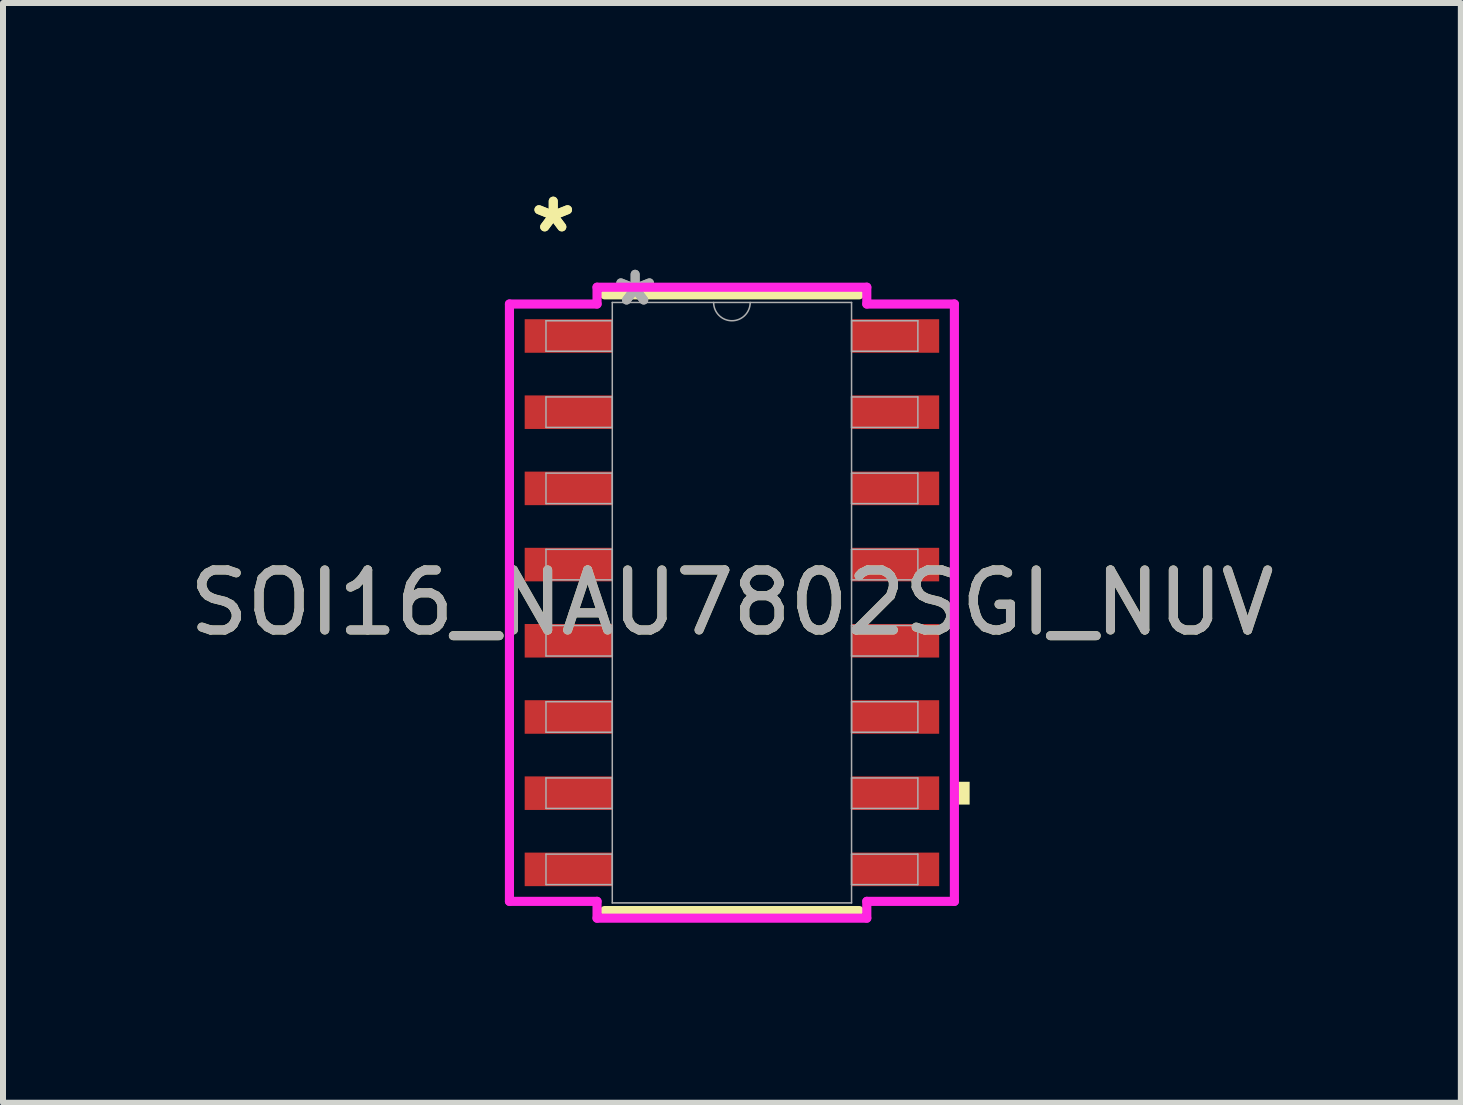
<source format=kicad_pcb>
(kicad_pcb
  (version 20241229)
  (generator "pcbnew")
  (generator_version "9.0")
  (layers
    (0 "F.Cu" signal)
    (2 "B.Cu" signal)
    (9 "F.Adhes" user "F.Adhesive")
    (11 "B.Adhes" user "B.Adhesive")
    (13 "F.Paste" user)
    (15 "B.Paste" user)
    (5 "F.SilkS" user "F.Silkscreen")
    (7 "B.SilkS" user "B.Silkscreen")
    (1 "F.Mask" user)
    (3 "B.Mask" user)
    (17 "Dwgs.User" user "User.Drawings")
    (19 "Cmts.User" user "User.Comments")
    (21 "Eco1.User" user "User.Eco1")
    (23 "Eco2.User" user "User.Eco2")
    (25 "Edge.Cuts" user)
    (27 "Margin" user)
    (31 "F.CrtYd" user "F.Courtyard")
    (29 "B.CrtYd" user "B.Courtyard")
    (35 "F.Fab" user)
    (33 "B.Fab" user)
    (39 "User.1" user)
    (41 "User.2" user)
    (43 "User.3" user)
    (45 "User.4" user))
  (footprint "SOI16_NAU7802SGI_NUV"
    (layer "F.Cu")
    (at 9.149 6.995)
    (property "Reference" "SOI16_NAU7802SGI_NUV" (at 0 0 0) (unlocked yes) (layer "F.SilkS") (effects (font (size 1 1) (thickness 0.15))))
    (attr smd)
    (fp_line (start -2.121 5.131) (end 2.121 5.131) (stroke (width 0.152) (type solid)) (layer "F.SilkS"))
    (fp_line (start 2.121 -5.131) (end -2.121 -5.131) (stroke (width 0.152) (type solid)) (layer "F.SilkS"))
    (fp_poly (pts (xy 3.962 2.985) (xy 3.962 3.365) (xy 3.708 3.365) (xy 3.708 2.985)) (stroke (width 0) (type solid)) (fill yes) (layer "F.SilkS"))
    (fp_line (start -3.708 -4.978) (end -2.248 -4.978) (stroke (width 0.152) (type solid)) (layer "F.CrtYd"))
    (fp_line (start -3.708 4.978) (end -3.708 -4.978) (stroke (width 0.152) (type solid)) (layer "F.CrtYd"))
    (fp_line (start -3.708 4.978) (end -2.248 4.978) (stroke (width 0.152) (type solid)) (layer "F.CrtYd"))
    (fp_line (start -2.248 -5.258) (end 2.248 -5.258) (stroke (width 0.152) (type solid)) (layer "F.CrtYd"))
    (fp_line (start -2.248 -4.978) (end -2.248 -5.258) (stroke (width 0.152) (type solid)) (layer "F.CrtYd"))
    (fp_line (start -2.248 5.258) (end -2.248 4.978) (stroke (width 0.152) (type solid)) (layer "F.CrtYd"))
    (fp_line (start 2.248 -5.258) (end 2.248 -4.978) (stroke (width 0.152) (type solid)) (layer "F.CrtYd"))
    (fp_line (start 2.248 4.978) (end 2.248 5.258) (stroke (width 0.152) (type solid)) (layer "F.CrtYd"))
    (fp_line (start 2.248 5.258) (end -2.248 5.258) (stroke (width 0.152) (type solid)) (layer "F.CrtYd"))
    (fp_line (start 3.708 -4.978) (end 2.248 -4.978) (stroke (width 0.152) (type solid)) (layer "F.CrtYd"))
    (fp_line (start 3.708 -4.978) (end 3.708 4.978) (stroke (width 0.152) (type solid)) (layer "F.CrtYd"))
    (fp_line (start 3.708 4.978) (end 2.248 4.978) (stroke (width 0.152) (type solid)) (layer "F.CrtYd"))
    (fp_line (start -3.099 -4.699) (end -3.099 -4.191) (stroke (width 0.025) (type solid)) (layer "F.Fab"))
    (fp_line (start -3.099 -4.191) (end -1.994 -4.191) (stroke (width 0.025) (type solid)) (layer "F.Fab"))
    (fp_line (start -3.099 -3.429) (end -3.099 -2.921) (stroke (width 0.025) (type solid)) (layer "F.Fab"))
    (fp_line (start -3.099 -2.921) (end -1.994 -2.921) (stroke (width 0.025) (type solid)) (layer "F.Fab"))
    (fp_line (start -3.099 -2.159) (end -3.099 -1.651) (stroke (width 0.025) (type solid)) (layer "F.Fab"))
    (fp_line (start -3.099 -1.651) (end -1.994 -1.651) (stroke (width 0.025) (type solid)) (layer "F.Fab"))
    (fp_line (start -3.099 -0.889) (end -3.099 -0.381) (stroke (width 0.025) (type solid)) (layer "F.Fab"))
    (fp_line (start -3.099 -0.381) (end -1.994 -0.381) (stroke (width 0.025) (type solid)) (layer "F.Fab"))
    (fp_line (start -3.099 0.381) (end -3.099 0.889) (stroke (width 0.025) (type solid)) (layer "F.Fab"))
    (fp_line (start -3.099 0.889) (end -1.994 0.889) (stroke (width 0.025) (type solid)) (layer "F.Fab"))
    (fp_line (start -3.099 1.651) (end -3.099 2.159) (stroke (width 0.025) (type solid)) (layer "F.Fab"))
    (fp_line (start -3.099 2.159) (end -1.994 2.159) (stroke (width 0.025) (type solid)) (layer "F.Fab"))
    (fp_line (start -3.099 2.921) (end -3.099 3.429) (stroke (width 0.025) (type solid)) (layer "F.Fab"))
    (fp_line (start -3.099 3.429) (end -1.994 3.429) (stroke (width 0.025) (type solid)) (layer "F.Fab"))
    (fp_line (start -3.099 4.191) (end -3.099 4.699) (stroke (width 0.025) (type solid)) (layer "F.Fab"))
    (fp_line (start -3.099 4.699) (end -1.994 4.699) (stroke (width 0.025) (type solid)) (layer "F.Fab"))
    (fp_line (start -1.994 -5.004) (end -1.994 5.004) (stroke (width 0.025) (type solid)) (layer "F.Fab"))
    (fp_line (start -1.994 -4.699) (end -3.099 -4.699) (stroke (width 0.025) (type solid)) (layer "F.Fab"))
    (fp_line (start -1.994 -4.191) (end -1.994 -4.699) (stroke (width 0.025) (type solid)) (layer "F.Fab"))
    (fp_line (start -1.994 -3.429) (end -3.099 -3.429) (stroke (width 0.025) (type solid)) (layer "F.Fab"))
    (fp_line (start -1.994 -2.921) (end -1.994 -3.429) (stroke (width 0.025) (type solid)) (layer "F.Fab"))
    (fp_line (start -1.994 -2.159) (end -3.099 -2.159) (stroke (width 0.025) (type solid)) (layer "F.Fab"))
    (fp_line (start -1.994 -1.651) (end -1.994 -2.159) (stroke (width 0.025) (type solid)) (layer "F.Fab"))
    (fp_line (start -1.994 -0.889) (end -3.099 -0.889) (stroke (width 0.025) (type solid)) (layer "F.Fab"))
    (fp_line (start -1.994 -0.381) (end -1.994 -0.889) (stroke (width 0.025) (type solid)) (layer "F.Fab"))
    (fp_line (start -1.994 0.381) (end -3.099 0.381) (stroke (width 0.025) (type solid)) (layer "F.Fab"))
    (fp_line (start -1.994 0.889) (end -1.994 0.381) (stroke (width 0.025) (type solid)) (layer "F.Fab"))
    (fp_line (start -1.994 1.651) (end -3.099 1.651) (stroke (width 0.025) (type solid)) (layer "F.Fab"))
    (fp_line (start -1.994 2.159) (end -1.994 1.651) (stroke (width 0.025) (type solid)) (layer "F.Fab"))
    (fp_line (start -1.994 2.921) (end -3.099 2.921) (stroke (width 0.025) (type solid)) (layer "F.Fab"))
    (fp_line (start -1.994 3.429) (end -1.994 2.921) (stroke (width 0.025) (type solid)) (layer "F.Fab"))
    (fp_line (start -1.994 4.191) (end -3.099 4.191) (stroke (width 0.025) (type solid)) (layer "F.Fab"))
    (fp_line (start -1.994 4.699) (end -1.994 4.191) (stroke (width 0.025) (type solid)) (layer "F.Fab"))
    (fp_line (start -1.994 5.004) (end 1.994 5.004) (stroke (width 0.025) (type solid)) (layer "F.Fab"))
    (fp_line (start 1.994 -5.004) (end -1.994 -5.004) (stroke (width 0.025) (type solid)) (layer "F.Fab"))
    (fp_line (start 1.994 -4.699) (end 1.994 -4.191) (stroke (width 0.025) (type solid)) (layer "F.Fab"))
    (fp_line (start 1.994 -4.191) (end 3.099 -4.191) (stroke (width 0.025) (type solid)) (layer "F.Fab"))
    (fp_line (start 1.994 -3.429) (end 1.994 -2.921) (stroke (width 0.025) (type solid)) (layer "F.Fab"))
    (fp_line (start 1.994 -2.921) (end 3.099 -2.921) (stroke (width 0.025) (type solid)) (layer "F.Fab"))
    (fp_line (start 1.994 -2.159) (end 1.994 -1.651) (stroke (width 0.025) (type solid)) (layer "F.Fab"))
    (fp_line (start 1.994 -1.651) (end 3.099 -1.651) (stroke (width 0.025) (type solid)) (layer "F.Fab"))
    (fp_line (start 1.994 -0.889) (end 1.994 -0.381) (stroke (width 0.025) (type solid)) (layer "F.Fab"))
    (fp_line (start 1.994 -0.381) (end 3.099 -0.381) (stroke (width 0.025) (type solid)) (layer "F.Fab"))
    (fp_line (start 1.994 0.381) (end 1.994 0.889) (stroke (width 0.025) (type solid)) (layer "F.Fab"))
    (fp_line (start 1.994 0.889) (end 3.099 0.889) (stroke (width 0.025) (type solid)) (layer "F.Fab"))
    (fp_line (start 1.994 1.651) (end 1.994 2.159) (stroke (width 0.025) (type solid)) (layer "F.Fab"))
    (fp_line (start 1.994 2.159) (end 3.099 2.159) (stroke (width 0.025) (type solid)) (layer "F.Fab"))
    (fp_line (start 1.994 2.921) (end 1.994 3.429) (stroke (width 0.025) (type solid)) (layer "F.Fab"))
    (fp_line (start 1.994 3.429) (end 3.099 3.429) (stroke (width 0.025) (type solid)) (layer "F.Fab"))
    (fp_line (start 1.994 4.191) (end 1.994 4.699) (stroke (width 0.025) (type solid)) (layer "F.Fab"))
    (fp_line (start 1.994 4.699) (end 3.099 4.699) (stroke (width 0.025) (type solid)) (layer "F.Fab"))
    (fp_line (start 1.994 5.004) (end 1.994 -5.004) (stroke (width 0.025) (type solid)) (layer "F.Fab"))
    (fp_line (start 3.099 -4.699) (end 1.994 -4.699) (stroke (width 0.025) (type solid)) (layer "F.Fab"))
    (fp_line (start 3.099 -4.191) (end 3.099 -4.699) (stroke (width 0.025) (type solid)) (layer "F.Fab"))
    (fp_line (start 3.099 -3.429) (end 1.994 -3.429) (stroke (width 0.025) (type solid)) (layer "F.Fab"))
    (fp_line (start 3.099 -2.921) (end 3.099 -3.429) (stroke (width 0.025) (type solid)) (layer "F.Fab"))
    (fp_line (start 3.099 -2.159) (end 1.994 -2.159) (stroke (width 0.025) (type solid)) (layer "F.Fab"))
    (fp_line (start 3.099 -1.651) (end 3.099 -2.159) (stroke (width 0.025) (type solid)) (layer "F.Fab"))
    (fp_line (start 3.099 -0.889) (end 1.994 -0.889) (stroke (width 0.025) (type solid)) (layer "F.Fab"))
    (fp_line (start 3.099 -0.381) (end 3.099 -0.889) (stroke (width 0.025) (type solid)) (layer "F.Fab"))
    (fp_line (start 3.099 0.381) (end 1.994 0.381) (stroke (width 0.025) (type solid)) (layer "F.Fab"))
    (fp_line (start 3.099 0.889) (end 3.099 0.381) (stroke (width 0.025) (type solid)) (layer "F.Fab"))
    (fp_line (start 3.099 1.651) (end 1.994 1.651) (stroke (width 0.025) (type solid)) (layer "F.Fab"))
    (fp_line (start 3.099 2.159) (end 3.099 1.651) (stroke (width 0.025) (type solid)) (layer "F.Fab"))
    (fp_line (start 3.099 2.921) (end 1.994 2.921) (stroke (width 0.025) (type solid)) (layer "F.Fab"))
    (fp_line (start 3.099 3.429) (end 3.099 2.921) (stroke (width 0.025) (type solid)) (layer "F.Fab"))
    (fp_line (start 3.099 4.191) (end 1.994 4.191) (stroke (width 0.025) (type solid)) (layer "F.Fab"))
    (fp_line (start 3.099 4.699) (end 3.099 4.191) (stroke (width 0.025) (type solid)) (layer "F.Fab"))
    (fp_arc (start 0.3048 -5.0038) (mid 0 -4.699) (end -0.3048 -5.0038) (stroke (width 0.0254) (type solid)) (layer "F.Fab"))
    (fp_text user "*" (at -2.978 -6.147 0) (unlocked yes) (layer "F.SilkS") (effects (font (size 1 1) (thickness 0.15))))
    (fp_text user "*" (at -2.978 -6.147 0) (layer "F.SilkS") (effects (font (size 1 1) (thickness 0.15))))
    (fp_text user "*" (at -1.613 -4.928 0) (unlocked yes) (layer "F.Fab") (effects (font (size 1 1) (thickness 0.15))))
    (fp_text user "*" (at -1.613 -4.928 0) (layer "F.Fab") (effects (font (size 1 1) (thickness 0.15))))
    (fp_text user "${REFERENCE}" (at 0 0 0) (unlocked yes) (layer "F.Fab") (effects (font (size 1 1) (thickness 0.15))))
    (pad "1" smd rect (at -2.724 -4.445) (size 1.46 0.559) (layers "F.Cu" "F.Mask" "F.Paste"))
    (pad "2" smd rect (at -2.724 -3.175) (size 1.46 0.559) (layers "F.Cu" "F.Mask" "F.Paste"))
    (pad "3" smd rect (at -2.724 -1.905) (size 1.46 0.559) (layers "F.Cu" "F.Mask" "F.Paste"))
    (pad "4" smd rect (at -2.724 -0.635) (size 1.46 0.559) (layers "F.Cu" "F.Mask" "F.Paste"))
    (pad "5" smd rect (at -2.724 0.635) (size 1.46 0.559) (layers "F.Cu" "F.Mask" "F.Paste"))
    (pad "6" smd rect (at -2.724 1.905) (size 1.46 0.559) (layers "F.Cu" "F.Mask" "F.Paste"))
    (pad "7" smd rect (at -2.724 3.175) (size 1.46 0.559) (layers "F.Cu" "F.Mask" "F.Paste"))
    (pad "8" smd rect (at -2.724 4.445) (size 1.46 0.559) (layers "F.Cu" "F.Mask" "F.Paste"))
    (pad "9" smd rect (at 2.724 4.445) (size 1.46 0.559) (layers "F.Cu" "F.Mask" "F.Paste"))
    (pad "10" smd rect (at 2.724 3.175) (size 1.46 0.559) (layers "F.Cu" "F.Mask" "F.Paste"))
    (pad "11" smd rect (at 2.724 1.905) (size 1.46 0.559) (layers "F.Cu" "F.Mask" "F.Paste"))
    (pad "12" smd rect (at 2.724 0.635) (size 1.46 0.559) (layers "F.Cu" "F.Mask" "F.Paste"))
    (pad "13" smd rect (at 2.724 -0.635) (size 1.46 0.559) (layers "F.Cu" "F.Mask" "F.Paste"))
    (pad "14" smd rect (at 2.724 -1.905) (size 1.46 0.559) (layers "F.Cu" "F.Mask" "F.Paste"))
    (pad "15" smd rect (at 2.724 -3.175) (size 1.46 0.559) (layers "F.Cu" "F.Mask" "F.Paste"))
    (pad "16" smd rect (at 2.724 -4.445) (size 1.46 0.559) (layers "F.Cu" "F.Mask" "F.Paste")))
  (gr_rect
    (start -3 -3)
    (end 21.298 15.329)
    (stroke (width 0.1) (type default))
    (fill no)
    (layer "Edge.Cuts")))
</source>
